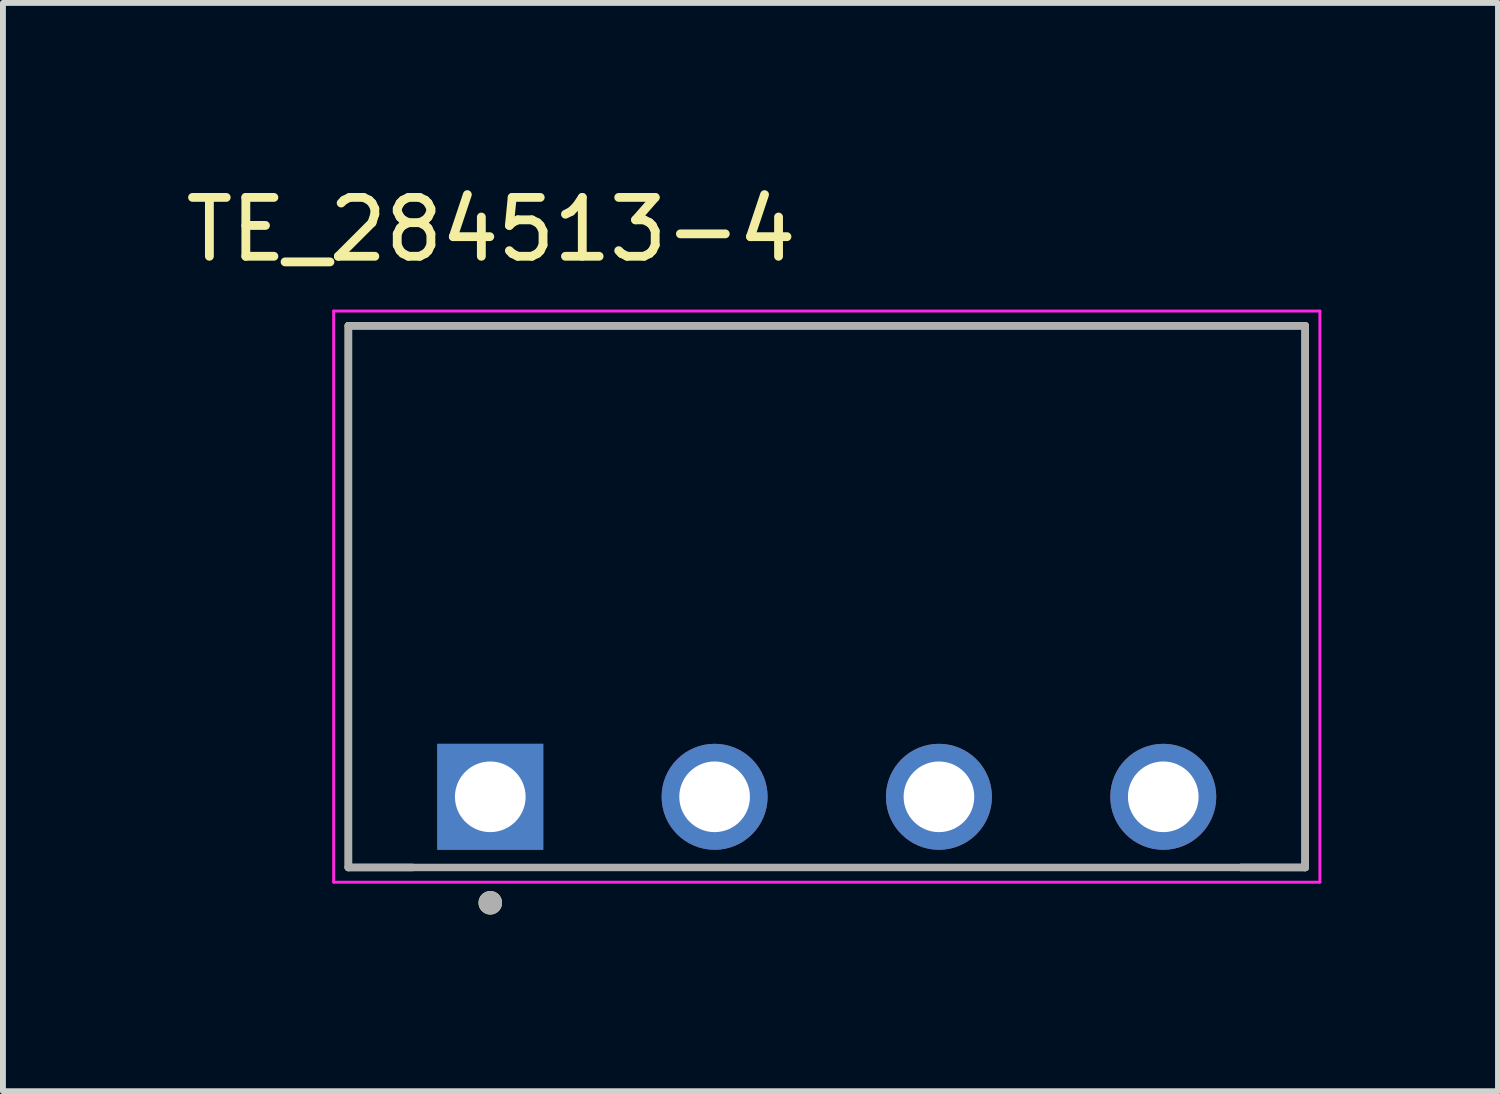
<source format=kicad_pcb>
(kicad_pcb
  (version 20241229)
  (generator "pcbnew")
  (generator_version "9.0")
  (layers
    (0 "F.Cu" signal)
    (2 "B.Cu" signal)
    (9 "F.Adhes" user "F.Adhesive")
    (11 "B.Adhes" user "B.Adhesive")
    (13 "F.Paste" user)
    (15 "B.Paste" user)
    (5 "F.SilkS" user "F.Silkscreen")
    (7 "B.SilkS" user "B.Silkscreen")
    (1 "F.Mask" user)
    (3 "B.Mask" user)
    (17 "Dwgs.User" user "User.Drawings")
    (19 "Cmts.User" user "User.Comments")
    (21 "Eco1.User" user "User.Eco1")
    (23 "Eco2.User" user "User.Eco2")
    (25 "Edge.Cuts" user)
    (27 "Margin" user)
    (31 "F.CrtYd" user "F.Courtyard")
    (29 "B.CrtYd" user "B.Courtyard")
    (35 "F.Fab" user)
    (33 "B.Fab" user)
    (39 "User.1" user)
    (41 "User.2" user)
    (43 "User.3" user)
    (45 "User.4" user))
  (footprint "TE_284513-4"
    (layer "F.Cu")
    (at 10.992 10.483)
    (property "Reference" "TE_284513-4" (at -5.7 -9.635 0) (layer "F.SilkS") (effects (font (size 1 1) (thickness 0.15))))
    (attr through_hole)
    (fp_line (start -8.125 -8) (end 8.125 -8) (stroke (width 0.127) (type solid)) (layer "F.SilkS"))
    (fp_line (start -8.125 1.2) (end -8.125 -8) (stroke (width 0.127) (type solid)) (layer "F.SilkS"))
    (fp_line (start -8.125 1.2) (end -7.035 1.2) (stroke (width 0.127) (type solid)) (layer "F.SilkS"))
    (fp_line (start 7.035 1.2) (end 8.125 1.2) (stroke (width 0.127) (type solid)) (layer "F.SilkS"))
    (fp_line (start 8.125 -8) (end 8.125 1.2) (stroke (width 0.127) (type solid)) (layer "F.SilkS"))
    (fp_circle (center -5.715 1.8) (end -5.615 1.8) (stroke (width 0.2) (type solid)) (fill no) (layer "F.SilkS"))
    (fp_line (start -8.375 -8.25) (end 8.375 -8.25) (stroke (width 0.05) (type solid)) (layer "F.CrtYd"))
    (fp_line (start -8.375 1.45) (end -8.375 -8.25) (stroke (width 0.05) (type solid)) (layer "F.CrtYd"))
    (fp_line (start 8.375 -8.25) (end 8.375 1.45) (stroke (width 0.05) (type solid)) (layer "F.CrtYd"))
    (fp_line (start 8.375 1.45) (end -8.375 1.45) (stroke (width 0.05) (type solid)) (layer "F.CrtYd"))
    (fp_line (start -8.125 -8) (end 8.125 -8) (stroke (width 0.127) (type solid)) (layer "F.Fab"))
    (fp_line (start -8.125 1.2) (end -8.125 -8) (stroke (width 0.127) (type solid)) (layer "F.Fab"))
    (fp_line (start 8.125 -8) (end 8.125 1.2) (stroke (width 0.127) (type solid)) (layer "F.Fab"))
    (fp_line (start 8.125 1.2) (end -8.125 1.2) (stroke (width 0.127) (type solid)) (layer "F.Fab"))
    (fp_circle (center -5.715 1.8) (end -5.615 1.8) (stroke (width 0.2) (type solid)) (fill no) (layer "F.Fab"))
    (pad "1" thru_hole rect (at -5.715 0) (size 1.8 1.8) (drill 1.2) (layers "*.Cu" "*.Mask"))
    (pad "2" thru_hole circle (at -1.905 0) (size 1.8 1.8) (drill 1.2) (layers "*.Cu" "*.Mask"))
    (pad "3" thru_hole circle (at 1.905 0) (size 1.8 1.8) (drill 1.2) (layers "*.Cu" "*.Mask"))
    (pad "4" thru_hole circle (at 5.715 0) (size 1.8 1.8) (drill 1.2) (layers "*.Cu" "*.Mask")))
  (gr_rect
    (start -3 -3)
    (end 22.392 15.483)
    (stroke (width 0.1) (type default))
    (fill no)
    (layer "Edge.Cuts")))
</source>
